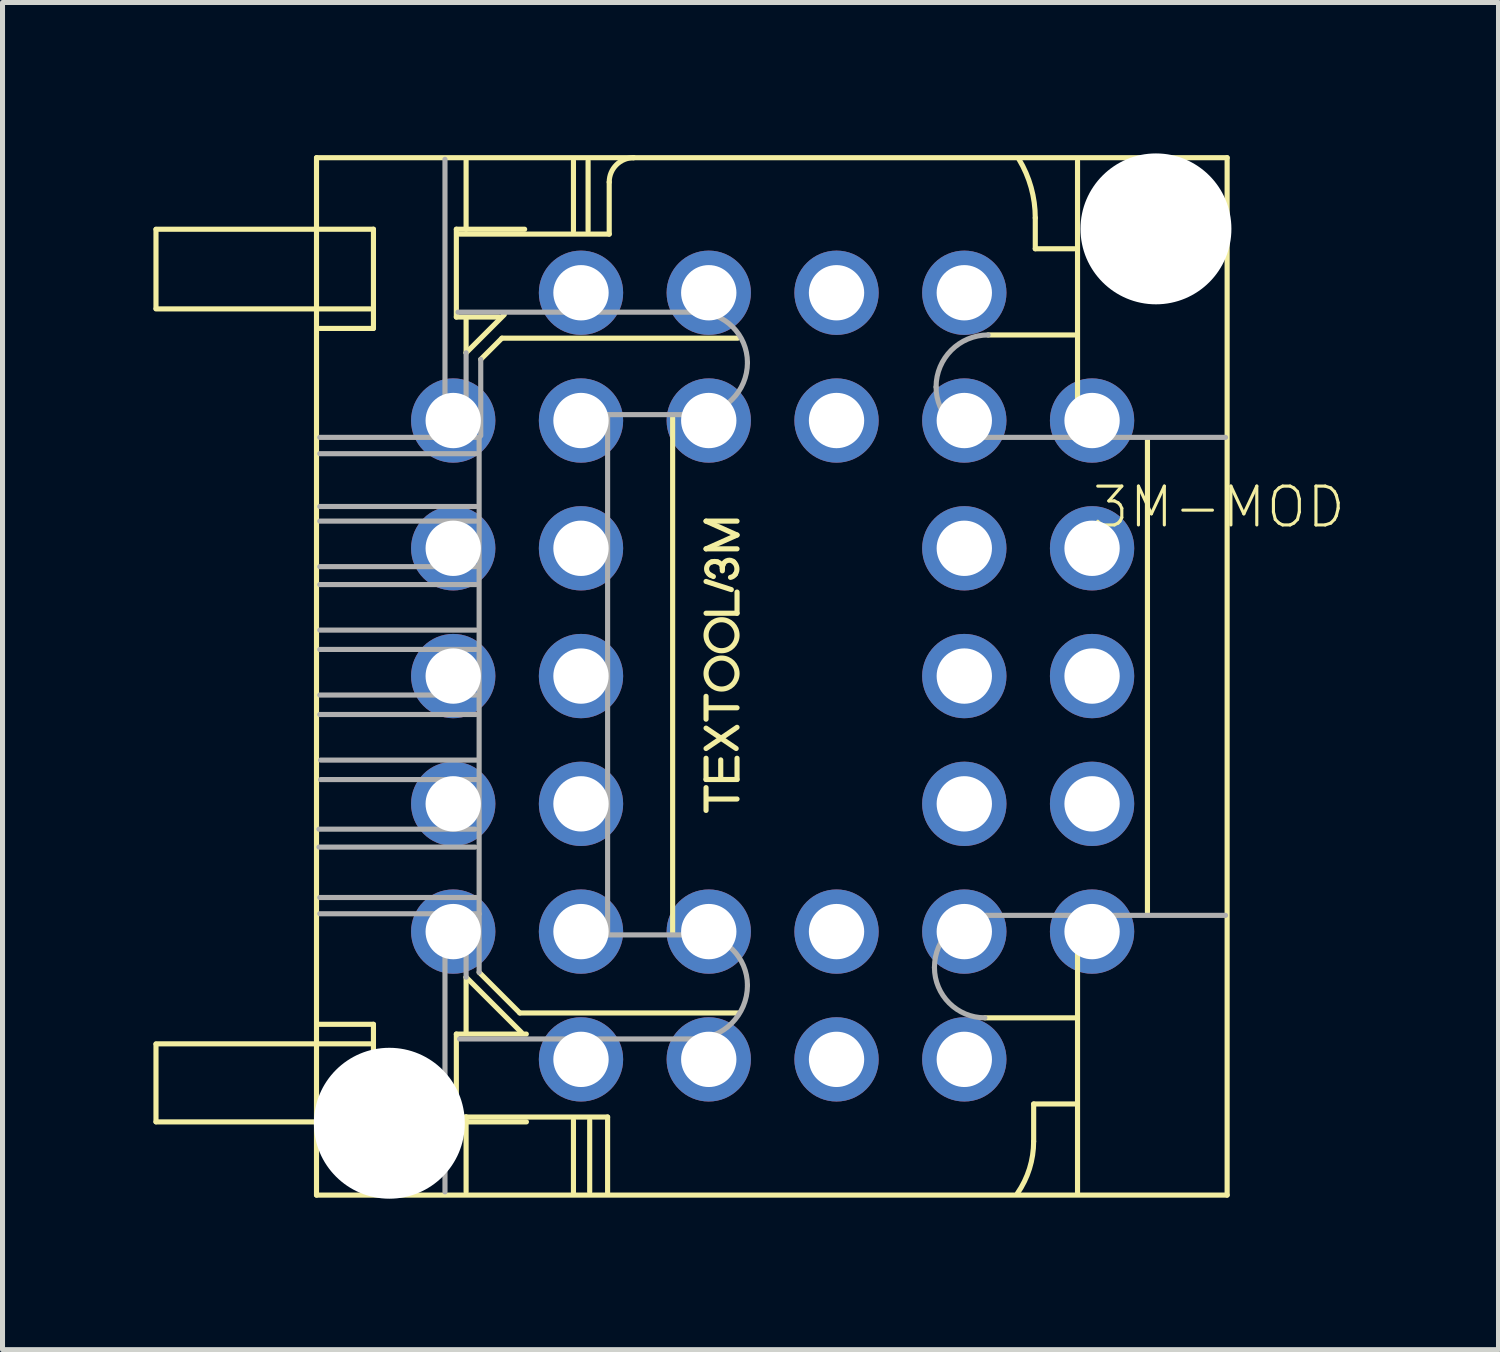
<source format=kicad_pcb>
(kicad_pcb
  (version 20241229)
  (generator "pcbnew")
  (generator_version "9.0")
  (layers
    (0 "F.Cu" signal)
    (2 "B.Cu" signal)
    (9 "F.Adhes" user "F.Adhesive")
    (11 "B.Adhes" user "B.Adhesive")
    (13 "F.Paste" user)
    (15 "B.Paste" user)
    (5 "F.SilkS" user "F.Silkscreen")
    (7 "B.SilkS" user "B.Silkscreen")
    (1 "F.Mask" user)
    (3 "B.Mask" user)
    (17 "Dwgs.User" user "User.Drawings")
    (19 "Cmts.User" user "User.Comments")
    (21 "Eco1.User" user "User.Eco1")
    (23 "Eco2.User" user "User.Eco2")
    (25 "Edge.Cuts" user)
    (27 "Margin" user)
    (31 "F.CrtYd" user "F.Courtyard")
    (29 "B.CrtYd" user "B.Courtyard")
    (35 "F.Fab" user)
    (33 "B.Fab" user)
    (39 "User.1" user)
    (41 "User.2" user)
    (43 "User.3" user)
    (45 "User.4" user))
  (footprint "3M-MOD"
    (layer "F.Cu")
    (at 12.31 10.39)
    (property "Reference" "3M-MOD" (at 11.43 -3.81 0) (layer "F.SilkS") (effects (font (size 0.772 0.772) (thickness 0.062)) (justify right top)))
    (attr through_hole)
    (fp_line (start -12.259 -8.883) (end -9.119 -8.883) (stroke (width 0.102) (type solid)) (layer "F.SilkS"))
    (fp_line (start -12.259 -7.299) (end -9.102 -7.299) (stroke (width 0.102) (type solid)) (layer "F.SilkS"))
    (fp_line (start -12.259 7.311) (end -9.102 7.311) (stroke (width 0.102) (type solid)) (layer "F.SilkS"))
    (fp_line (start -12.259 -7.308) (end -12.259 -8.879) (stroke (width 0.102) (type solid)) (layer "F.SilkS"))
    (fp_line (start -12.259 8.86) (end -12.259 7.321) (stroke (width 0.102) (type solid)) (layer "F.SilkS"))
    (fp_line (start -9.103 8.863) (end -12.259 8.863) (stroke (width 0.102) (type solid)) (layer "F.SilkS"))
    (fp_line (start -9.068 -10.305) (end -9.068 10.318) (stroke (width 0.102) (type solid)) (layer "F.SilkS"))
    (fp_line (start -9.068 10.318) (end 9.035 10.318) (stroke (width 0.102) (type solid)) (layer "F.SilkS"))
    (fp_line (start -9.035 -8.883) (end -7.936 -8.883) (stroke (width 0.102) (type solid)) (layer "F.SilkS"))
    (fp_line (start -9.035 -7.299) (end -8.001 -7.299) (stroke (width 0.102) (type solid)) (layer "F.SilkS"))
    (fp_line (start -9.035 6.923) (end -7.936 6.923) (stroke (width 0.102) (type solid)) (layer "F.SilkS"))
    (fp_line (start -9.035 7.311) (end -8.001 7.311) (stroke (width 0.102) (type solid)) (layer "F.SilkS"))
    (fp_line (start -7.936 -8.883) (end -7.936 -6.911) (stroke (width 0.102) (type solid)) (layer "F.SilkS"))
    (fp_line (start -7.936 -6.911) (end -9.003 -6.911) (stroke (width 0.102) (type solid)) (layer "F.SilkS"))
    (fp_line (start -7.936 6.923) (end -7.936 8.863) (stroke (width 0.102) (type solid)) (layer "F.SilkS"))
    (fp_line (start -7.936 8.863) (end -9.035 8.863) (stroke (width 0.102) (type solid)) (layer "F.SilkS"))
    (fp_line (start -6.288 -8.883) (end -6.288 -7.137) (stroke (width 0.102) (type solid)) (layer "F.SilkS"))
    (fp_line (start -6.288 -7.137) (end -5.448 -7.137) (stroke (width 0.102) (type solid)) (layer "F.SilkS"))
    (fp_line (start -6.288 7.117) (end -4.897 7.117) (stroke (width 0.102) (type solid)) (layer "F.SilkS"))
    (fp_line (start -6.288 8.863) (end -6.288 7.117) (stroke (width 0.102) (type solid)) (layer "F.SilkS"))
    (fp_line (start -6.223 -8.786) (end -3.249 -8.786) (stroke (width 0.102) (type solid)) (layer "F.SilkS"))
    (fp_line (start -6.094 -10.273) (end -6.094 -8.883) (stroke (width 0.102) (type solid)) (layer "F.SilkS"))
    (fp_line (start -6.094 -6.426) (end -6.094 -7.105) (stroke (width 0.102) (type solid)) (layer "F.SilkS"))
    (fp_line (start -6.094 -6.426) (end -5.334 -7.186) (stroke (width 0.102) (type solid)) (layer "F.SilkS"))
    (fp_line (start -6.094 7.085) (end -6.094 5.986) (stroke (width 0.102) (type solid)) (layer "F.SilkS"))
    (fp_line (start -6.094 8.766) (end -6.255 8.766) (stroke (width 0.102) (type solid)) (layer "F.SilkS"))
    (fp_line (start -6.094 8.766) (end -3.281 8.766) (stroke (width 0.102) (type solid)) (layer "F.SilkS"))
    (fp_line (start -6.094 10.253) (end -6.094 8.766) (stroke (width 0.102) (type solid)) (layer "F.SilkS"))
    (fp_line (start -5.835 5.889) (end -5.027 6.697) (stroke (width 0.102) (type solid)) (layer "F.SilkS"))
    (fp_line (start -5.382 -6.717) (end -5.803 -6.296) (stroke (width 0.102) (type solid)) (layer "F.SilkS"))
    (fp_line (start -5.027 6.697) (end -0.695 6.697) (stroke (width 0.102) (type solid)) (layer "F.SilkS"))
    (fp_line (start -4.994 7.085) (end -6.094 5.986) (stroke (width 0.102) (type solid)) (layer "F.SilkS"))
    (fp_line (start -4.93 -8.883) (end -6.288 -8.883) (stroke (width 0.102) (type solid)) (layer "F.SilkS"))
    (fp_line (start -4.895 8.863) (end -6.288 8.863) (stroke (width 0.102) (type solid)) (layer "F.SilkS"))
    (fp_line (start -3.96 -8.85) (end -3.96 -10.24) (stroke (width 0.102) (type solid)) (layer "F.SilkS"))
    (fp_line (start -3.96 10.285) (end -3.96 8.831) (stroke (width 0.102) (type solid)) (layer "F.SilkS"))
    (fp_line (start -3.669 -10.24) (end -3.669 -8.85) (stroke (width 0.102) (type solid)) (layer "F.SilkS"))
    (fp_line (start -3.637 8.831) (end -3.637 10.253) (stroke (width 0.102) (type solid)) (layer "F.SilkS"))
    (fp_line (start -3.281 8.766) (end -3.281 10.285) (stroke (width 0.102) (type solid)) (layer "F.SilkS"))
    (fp_line (start -3.249 -8.786) (end -3.249 -9.82) (stroke (width 0.102) (type solid)) (layer "F.SilkS"))
    (fp_line (start -2.764 -10.305) (end -9.068 -10.305) (stroke (width 0.102) (type solid)) (layer "F.SilkS"))
    (fp_line (start -1.988 -5.133) (end -1.988 5.113) (stroke (width 0.102) (type solid)) (layer "F.SilkS"))
    (fp_line (start -1.324 -3.08) (end -0.708 -3.08) (stroke (width 0.102) (type solid)) (layer "F.SilkS"))
    (fp_line (start -1.324 -2.529) (end -0.708 -2.804) (stroke (width 0.102) (type solid)) (layer "F.SilkS"))
    (fp_line (start -1.324 -1.881) (end -0.822 -1.719) (stroke (width 0.102) (type solid)) (layer "F.SilkS"))
    (fp_line (start -1.324 -1.249) (end -0.708 -1.249) (stroke (width 0.102) (type solid)) (layer "F.SilkS"))
    (fp_line (start -1.324 0.403) (end -1.324 0.857) (stroke (width 0.102) (type solid)) (layer "F.SilkS"))
    (fp_line (start -1.324 1.035) (end -0.725 1.44) (stroke (width 0.102) (type solid)) (layer "F.SilkS"))
    (fp_line (start -1.324 1.44) (end -0.708 1.019) (stroke (width 0.102) (type solid)) (layer "F.SilkS"))
    (fp_line (start -1.324 1.634) (end -1.324 2.056) (stroke (width 0.102) (type solid)) (layer "F.SilkS"))
    (fp_line (start -1.324 2.056) (end -0.708 2.056) (stroke (width 0.102) (type solid)) (layer "F.SilkS"))
    (fp_line (start -1.324 2.671) (end -1.324 2.218) (stroke (width 0.102) (type solid)) (layer "F.SilkS"))
    (fp_line (start -1.292 0.63) (end -0.708 0.63) (stroke (width 0.102) (type solid)) (layer "F.SilkS"))
    (fp_line (start -1.292 2.444) (end -0.708 2.444) (stroke (width 0.102) (type solid)) (layer "F.SilkS"))
    (fp_line (start -1.032 1.667) (end -1.032 2.007) (stroke (width 0.102) (type solid)) (layer "F.SilkS"))
    (fp_line (start -1 -2.092) (end -1 -2.14) (stroke (width 0.102) (type solid)) (layer "F.SilkS"))
    (fp_line (start -0.708 -2.804) (end -1.324 -3.08) (stroke (width 0.102) (type solid)) (layer "F.SilkS"))
    (fp_line (start -0.708 -2.529) (end -1.324 -2.529) (stroke (width 0.102) (type solid)) (layer "F.SilkS"))
    (fp_line (start -0.708 -1.249) (end -0.708 -1.67) (stroke (width 0.102) (type solid)) (layer "F.SilkS"))
    (fp_line (start -0.708 2.056) (end -0.708 1.634) (stroke (width 0.102) (type solid)) (layer "F.SilkS"))
    (fp_line (start -0.695 -6.717) (end -5.382 -6.717) (stroke (width 0.102) (type solid)) (layer "F.SilkS"))
    (fp_line (start 4.219 6.794) (end 6.029 6.794) (stroke (width 0.102) (type solid)) (layer "F.SilkS"))
    (fp_line (start 4.283 -6.781) (end 5.997 -6.781) (stroke (width 0.102) (type solid)) (layer "F.SilkS"))
    (fp_line (start 5.189 8.507) (end 5.189 9.251) (stroke (width 0.102) (type solid)) (layer "F.SilkS"))
    (fp_line (start 5.221 -8.495) (end 5.221 -9.109) (stroke (width 0.102) (type solid)) (layer "F.SilkS"))
    (fp_line (start 5.997 -8.495) (end 5.221 -8.495) (stroke (width 0.102) (type solid)) (layer "F.SilkS"))
    (fp_line (start 6.029 8.507) (end 5.189 8.507) (stroke (width 0.102) (type solid)) (layer "F.SilkS"))
    (fp_line (start 6.061 -4.809) (end 6.061 -10.24) (stroke (width 0.102) (type solid)) (layer "F.SilkS"))
    (fp_line (start 6.061 4.822) (end 6.061 10.285) (stroke (width 0.102) (type solid)) (layer "F.SilkS"))
    (fp_line (start 7.451 4.693) (end 7.451 -4.712) (stroke (width 0.102) (type solid)) (layer "F.SilkS"))
    (fp_line (start 9.035 -10.305) (end -2.764 -10.305) (stroke (width 0.102) (type solid)) (layer "F.SilkS"))
    (fp_line (start 9.035 10.318) (end 9.035 -10.305) (stroke (width 0.102) (type solid)) (layer "F.SilkS"))
    (fp_arc (start -3.2488 -9.8201) (mid -3.106776 -10.162976) (end -2.7639 -10.305) (stroke (width 0.1016) (type solid)) (layer "F.SilkS"))
    (fp_arc (start -1.243 -2.0106) (mid -1.311981 -2.150848) (end -1.2106 -2.2698) (stroke (width 0.1016) (type solid)) (layer "F.SilkS"))
    (fp_arc (start -1.210601 -2.2698) (mid -1.1539 -2.2779) (end -1.0972 -2.2698) (stroke (width 0.1016) (type solid)) (layer "F.SilkS"))
    (fp_arc (start -1.1782 -1.9782) (mid -1.211156 -1.993289) (end -1.243 -2.0106) (stroke (width 0.1016) (type solid)) (layer "F.SilkS"))
    (fp_arc (start -1.097201 -2.269799) (mid -1.027001 -2.2212) (end -1 -2.1402) (stroke (width 0.1016) (type solid)) (layer "F.SilkS"))
    (fp_arc (start -1 -2.1402) (mid -0.99591 -2.181502) (end -0.9838 -2.2212) (stroke (width 0.1016) (type solid)) (layer "F.SilkS"))
    (fp_arc (start -0.9838 -2.2212) (mid -0.890986 -2.299612) (end -0.773198 -2.2698) (stroke (width 0.1016) (type solid)) (layer "F.SilkS"))
    (fp_arc (start -0.7732 -2.2698) (mid -0.711556 -2.154359) (end -0.7408 -2.0268) (stroke (width 0.1016) (type solid)) (layer "F.SilkS"))
    (fp_arc (start -0.7408 -2.0268) (mid -0.782845 -1.984568) (end -0.838 -1.962) (stroke (width 0.1016) (type solid)) (layer "F.SilkS"))
    (fp_arc (start 4.8976 -10.2727) (mid 5.138571 -9.712835) (end 5.2209 -9.1089) (stroke (width 0.1016) (type solid)) (layer "F.SilkS"))
    (fp_arc (start 5.1885 9.2509) (mid 5.105818 9.792758) (end 4.8653 10.2853) (stroke (width 0.1016) (type solid)) (layer "F.SilkS"))
    (fp_circle (center -1.016 -0.812) (end -0.708 -0.812) (stroke (width 0.102) (type solid)) (fill no) (layer "F.SilkS"))
    (fp_circle (center -1.016 -0.05) (end -0.708 -0.05) (stroke (width 0.102) (type solid)) (fill no) (layer "F.SilkS"))
    (fp_line (start -9.019 3.044) (end -5.916 3.044) (stroke (width 0.102) (type solid)) (layer "F.Fab"))
    (fp_line (start -9.019 3.4) (end -5.916 3.4) (stroke (width 0.102) (type solid)) (layer "F.Fab"))
    (fp_line (start -9.003 -4.745) (end -5.835 -4.745) (stroke (width 0.102) (type solid)) (layer "F.Fab"))
    (fp_line (start -9.003 -4.421) (end -5.9 -4.421) (stroke (width 0.102) (type solid)) (layer "F.Fab"))
    (fp_line (start -9.003 -3.371) (end -5.9 -3.371) (stroke (width 0.102) (type solid)) (layer "F.Fab"))
    (fp_line (start -9.003 -3.08) (end -5.9 -3.08) (stroke (width 0.102) (type solid)) (layer "F.Fab"))
    (fp_line (start -9.003 -2.175) (end -5.9 -2.175) (stroke (width 0.102) (type solid)) (layer "F.Fab"))
    (fp_line (start -9.003 -1.819) (end -5.9 -1.819) (stroke (width 0.102) (type solid)) (layer "F.Fab"))
    (fp_line (start -9.003 -0.914) (end -5.9 -0.914) (stroke (width 0.102) (type solid)) (layer "F.Fab"))
    (fp_line (start -9.003 -0.529) (end -5.9 -0.529) (stroke (width 0.102) (type solid)) (layer "F.Fab"))
    (fp_line (start -9.003 0.377) (end -5.9 0.377) (stroke (width 0.102) (type solid)) (layer "F.Fab"))
    (fp_line (start -9.003 0.764) (end -5.9 0.764) (stroke (width 0.102) (type solid)) (layer "F.Fab"))
    (fp_line (start -9.003 4.402) (end -5.9 4.402) (stroke (width 0.102) (type solid)) (layer "F.Fab"))
    (fp_line (start -8.987 1.67) (end -5.883 1.67) (stroke (width 0.102) (type solid)) (layer "F.Fab"))
    (fp_line (start -8.987 2.058) (end -5.851 2.058) (stroke (width 0.102) (type solid)) (layer "F.Fab"))
    (fp_line (start -6.514 -4.809) (end -6.514 -10.273) (stroke (width 0.102) (type solid)) (layer "F.Fab"))
    (fp_line (start -6.514 4.757) (end -6.514 10.253) (stroke (width 0.102) (type solid)) (layer "F.Fab"))
    (fp_line (start -6.223 7.214) (end -1.568 7.214) (stroke (width 0.102) (type solid)) (layer "F.Fab"))
    (fp_line (start -6.094 -4.809) (end -6.094 -6.426) (stroke (width 0.102) (type solid)) (layer "F.Fab"))
    (fp_line (start -6.094 5.986) (end -6.094 4.757) (stroke (width 0.102) (type solid)) (layer "F.Fab"))
    (fp_line (start -5.835 -4.745) (end -5.835 4.725) (stroke (width 0.102) (type solid)) (layer "F.Fab"))
    (fp_line (start -5.835 4.725) (end -9.003 4.725) (stroke (width 0.102) (type solid)) (layer "F.Fab"))
    (fp_line (start -5.835 4.757) (end -5.835 5.889) (stroke (width 0.102) (type solid)) (layer "F.Fab"))
    (fp_line (start -5.803 -6.296) (end -5.803 -4.777) (stroke (width 0.102) (type solid)) (layer "F.Fab"))
    (fp_line (start -3.281 -5.197) (end -1.536 -5.197) (stroke (width 0.102) (type solid)) (layer "F.Fab"))
    (fp_line (start -3.281 5.145) (end -3.281 -5.197) (stroke (width 0.102) (type solid)) (layer "F.Fab"))
    (fp_line (start -1.503 -7.234) (end -6.255 -7.234) (stroke (width 0.102) (type solid)) (layer "F.Fab"))
    (fp_line (start -1.503 5.145) (end -3.281 5.145) (stroke (width 0.102) (type solid)) (layer "F.Fab"))
    (fp_line (start 9.003 -4.745) (end 4.251 -4.745) (stroke (width 0.102) (type solid)) (layer "F.Fab"))
    (fp_line (start 9.003 4.757) (end 4.251 4.757) (stroke (width 0.102) (type solid)) (layer "F.Fab"))
    (fp_arc (start -1.5031 5.1454) (mid -0.794508 5.438908) (end -0.501 6.1475) (stroke (width 0.1016) (type solid)) (layer "F.Fab"))
    (fp_arc (start -1.503099 -7.233899) (mid -0.794537 -6.940362) (end -0.501 -6.2318) (stroke (width 0.1016) (type solid)) (layer "F.Fab"))
    (fp_arc (start -0.501 -6.2318) (mid -0.803969 -5.500269) (end -1.5355 -5.1973) (stroke (width 0.1016) (type solid)) (layer "F.Fab"))
    (fp_arc (start -0.501 6.1475) (mid -0.813458 6.901842) (end -1.5678 7.2143) (stroke (width 0.1016) (type solid)) (layer "F.Fab"))
    (fp_arc (start 3.2166 5.7919) (mid 3.519598 5.060398) (end 4.2511 4.7574) (stroke (width 0.1016) (type solid)) (layer "F.Fab"))
    (fp_arc (start 3.2489 -5.7469) (mid 3.551869 -6.478331) (end 4.2833 -6.7813) (stroke (width 0.1016) (type solid)) (layer "F.Fab"))
    (fp_arc (start 4.218701 6.793999) (mid 3.510168 6.500433) (end 3.2166 5.7919) (stroke (width 0.1016) (type solid)) (layer "F.Fab"))
    (fp_arc (start 4.2511 -4.7447) (mid 3.542438 -5.038238) (end 3.2489 -5.7469) (stroke (width 0.1016) (type solid)) (layer "F.Fab"))
    (pad "" np_thru_hole circle (at -7.62 8.89) (size 3 3) (drill 3) (layers "*.Cu" "*.Mask"))
    (pad "" np_thru_hole circle (at 7.62 -8.89) (size 3 3) (drill 3) (layers "*.Cu" "*.Mask"))
    (pad "1" thru_hole circle (at 1.27 -5.08) (size 1.676 1.676) (drill 1.1) (layers "*.Cu" "*.Mask"))
    (pad "2" thru_hole circle (at -1.27 -7.62) (size 1.676 1.676) (drill 1.1) (layers "*.Cu" "*.Mask"))
    (pad "3" thru_hole circle (at -1.27 -5.08) (size 1.676 1.676) (drill 1.1) (layers "*.Cu" "*.Mask"))
    (pad "4" thru_hole circle (at -3.81 -7.62) (size 1.676 1.676) (drill 1.1) (layers "*.Cu" "*.Mask"))
    (pad "5" thru_hole circle (at -6.35 -5.08) (size 1.676 1.676) (drill 1.1) (layers "*.Cu" "*.Mask"))
    (pad "6" thru_hole circle (at -3.81 -5.08) (size 1.676 1.676) (drill 1.1) (layers "*.Cu" "*.Mask"))
    (pad "7" thru_hole circle (at -6.35 -2.54) (size 1.676 1.676) (drill 1.1) (layers "*.Cu" "*.Mask"))
    (pad "8" thru_hole circle (at -3.81 -2.54) (size 1.676 1.676) (drill 1.1) (layers "*.Cu" "*.Mask"))
    (pad "9" thru_hole circle (at -6.35 0) (size 1.676 1.676) (drill 1.1) (layers "*.Cu" "*.Mask"))
    (pad "10" thru_hole circle (at -3.81 0) (size 1.676 1.676) (drill 1.1) (layers "*.Cu" "*.Mask"))
    (pad "11" thru_hole circle (at -6.35 2.54) (size 1.676 1.676) (drill 1.1) (layers "*.Cu" "*.Mask"))
    (pad "12" thru_hole circle (at -3.81 2.54) (size 1.676 1.676) (drill 1.1) (layers "*.Cu" "*.Mask"))
    (pad "13" thru_hole circle (at -6.35 5.08) (size 1.676 1.676) (drill 1.1) (layers "*.Cu" "*.Mask"))
    (pad "14" thru_hole circle (at -3.81 7.62) (size 1.676 1.676) (drill 1.1) (layers "*.Cu" "*.Mask"))
    (pad "15" thru_hole circle (at -3.81 5.08) (size 1.676 1.676) (drill 1.1) (layers "*.Cu" "*.Mask"))
    (pad "16" thru_hole circle (at -1.27 7.62) (size 1.676 1.676) (drill 1.1) (layers "*.Cu" "*.Mask"))
    (pad "17" thru_hole circle (at -1.27 5.08) (size 1.676 1.676) (drill 1.1) (layers "*.Cu" "*.Mask"))
    (pad "18" thru_hole circle (at 1.27 7.62) (size 1.676 1.676) (drill 1.1) (layers "*.Cu" "*.Mask"))
    (pad "19" thru_hole circle (at 1.27 5.08) (size 1.676 1.676) (drill 1.1) (layers "*.Cu" "*.Mask"))
    (pad "20" thru_hole circle (at 3.81 7.62) (size 1.676 1.676) (drill 1.1) (layers "*.Cu" "*.Mask"))
    (pad "21" thru_hole circle (at 6.35 5.08) (size 1.676 1.676) (drill 1.1) (layers "*.Cu" "*.Mask"))
    (pad "22" thru_hole circle (at 3.81 5.08) (size 1.676 1.676) (drill 1.1) (layers "*.Cu" "*.Mask"))
    (pad "23" thru_hole circle (at 6.35 2.54) (size 1.676 1.676) (drill 1.1) (layers "*.Cu" "*.Mask"))
    (pad "24" thru_hole circle (at 3.81 2.54) (size 1.676 1.676) (drill 1.1) (layers "*.Cu" "*.Mask"))
    (pad "25" thru_hole circle (at 6.35 0) (size 1.676 1.676) (drill 1.1) (layers "*.Cu" "*.Mask"))
    (pad "26" thru_hole circle (at 3.81 0) (size 1.676 1.676) (drill 1.1) (layers "*.Cu" "*.Mask"))
    (pad "27" thru_hole circle (at 6.35 -2.54) (size 1.676 1.676) (drill 1.1) (layers "*.Cu" "*.Mask"))
    (pad "28" thru_hole circle (at 3.81 -2.54) (size 1.676 1.676) (drill 1.1) (layers "*.Cu" "*.Mask"))
    (pad "29" thru_hole circle (at 6.35 -5.08) (size 1.676 1.676) (drill 1.1) (layers "*.Cu" "*.Mask"))
    (pad "30" thru_hole circle (at 3.81 -7.62) (size 1.676 1.676) (drill 1.1) (layers "*.Cu" "*.Mask"))
    (pad "31" thru_hole circle (at 3.81 -5.08) (size 1.676 1.676) (drill 1.1) (layers "*.Cu" "*.Mask"))
    (pad "32" thru_hole circle (at 1.27 -7.62) (size 1.676 1.676) (drill 1.1) (layers "*.Cu" "*.Mask")))
  (gr_rect
    (start -3 -3)
    (end 26.74 23.78)
    (stroke (width 0.1) (type default))
    (fill no)
    (layer "Edge.Cuts")))
</source>
